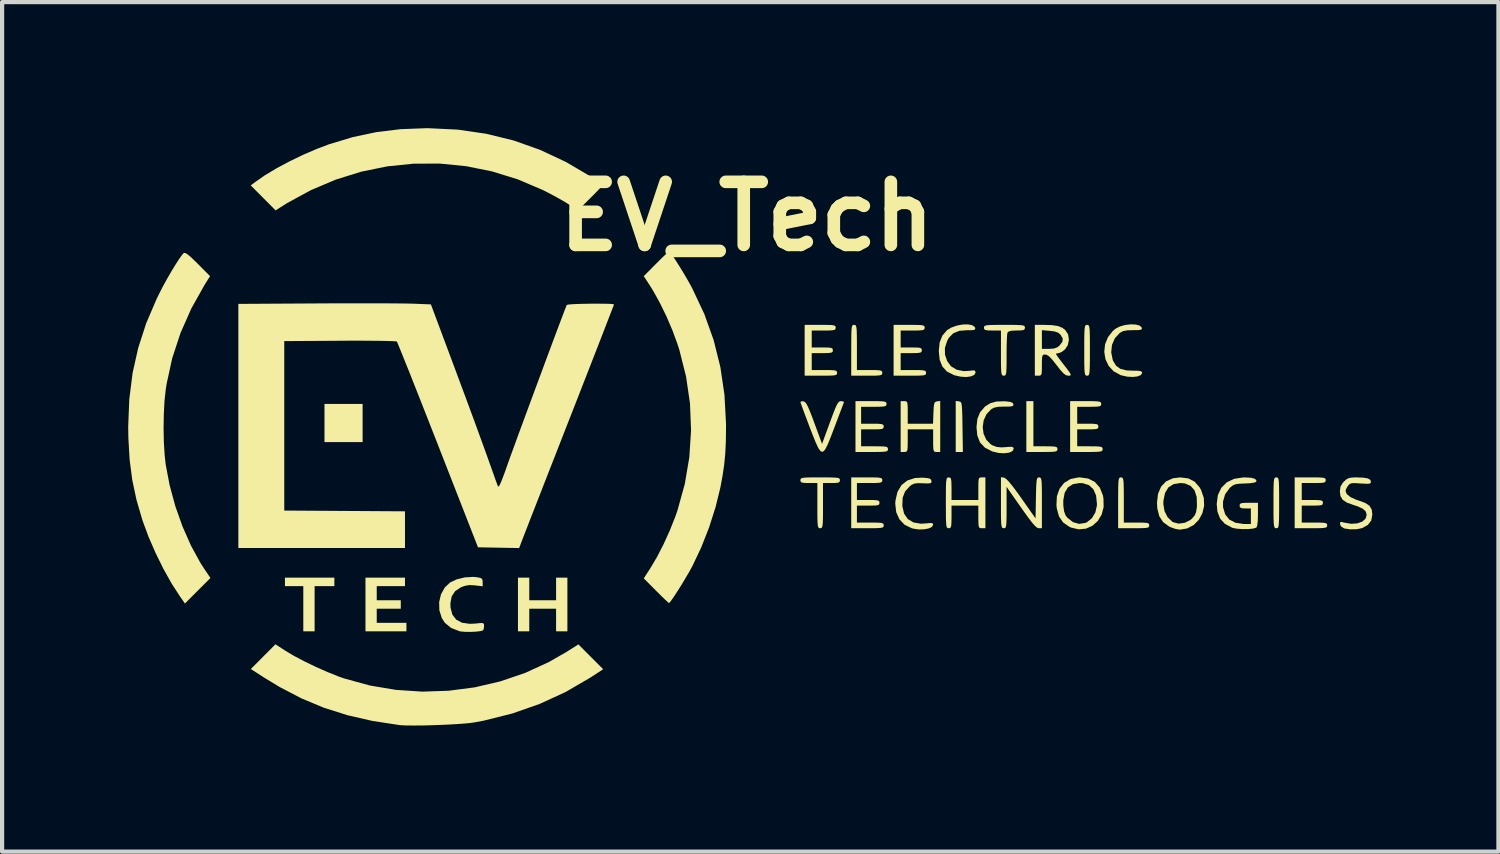
<source format=kicad_pcb>
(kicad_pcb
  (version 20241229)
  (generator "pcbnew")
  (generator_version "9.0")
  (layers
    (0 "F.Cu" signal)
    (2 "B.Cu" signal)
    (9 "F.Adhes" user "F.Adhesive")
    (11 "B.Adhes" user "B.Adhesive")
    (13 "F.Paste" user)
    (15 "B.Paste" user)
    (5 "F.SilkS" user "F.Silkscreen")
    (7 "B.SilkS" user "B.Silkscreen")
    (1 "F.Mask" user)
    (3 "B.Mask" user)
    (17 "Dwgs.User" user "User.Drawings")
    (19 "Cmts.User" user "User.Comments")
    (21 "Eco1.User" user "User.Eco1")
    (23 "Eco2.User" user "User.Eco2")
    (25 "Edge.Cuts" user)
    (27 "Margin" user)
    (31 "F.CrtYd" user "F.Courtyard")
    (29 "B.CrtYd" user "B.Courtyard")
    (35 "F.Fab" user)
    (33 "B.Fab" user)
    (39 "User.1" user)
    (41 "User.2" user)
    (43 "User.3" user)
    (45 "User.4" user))
  (footprint "EV_Tech"
    (layer "F.Cu")
    (at 14.716 7.098)
    (property "Reference" "EV_Tech" (at 0 -5 0) (layer "F.SilkS") (effects (font (size 1.5 1.5) (thickness 0.3))))
    (attr board_only exclude_from_pos_files exclude_from_bom)
    (fp_poly (pts (xy -9.139 -0.084) (xy -9.139 0.37) (xy -9.592 0.37) (xy -10.046 0.37) (xy -10.046 -0.084) (xy -10.046 -0.538) (xy -9.592 -0.538) (xy -9.139 -0.538)) (stroke (width 0) (type solid)) (fill yes) (layer "F.SilkS"))
    (fp_poly (pts (xy 5.048 -0.599) (xy 5.075 -0.593) (xy 5.095 -0.578) (xy 5.109 -0.545) (xy 5.118 -0.485) (xy 5.124 -0.387) (xy 5.129 -0.243) (xy 5.132 -0.043) (xy 5.133 0.008) (xy 5.142 0.605) (xy 5.057 0.605) (xy 4.972 0.605) (xy 4.972 -0.002) (xy 4.972 -0.609)) (stroke (width 0) (type solid)) (fill yes) (layer "F.SilkS"))
    (fp_poly (pts (xy -9.811 3.696) (xy -9.811 3.797) (xy -10.046 3.797) (xy -10.281 3.797) (xy -10.281 4.334) (xy -10.281 4.872) (xy -10.415 4.872) (xy -10.55 4.872) (xy -10.55 4.334) (xy -10.55 3.797) (xy -10.768 3.797) (xy -10.987 3.797) (xy -10.987 3.696) (xy -10.987 3.595) (xy -10.399 3.595) (xy -9.811 3.595)) (stroke (width 0) (type solid)) (fill yes) (layer "F.SilkS"))
    (fp_poly (pts (xy 6.82 -0.067) (xy 6.82 0.47) (xy 7.106 0.47) (xy 7.245 0.472) (xy 7.33 0.477) (xy 7.374 0.491) (xy 7.39 0.515) (xy 7.392 0.538) (xy 7.387 0.567) (xy 7.367 0.586) (xy 7.318 0.598) (xy 7.231 0.603) (xy 7.092 0.605) (xy 7.022 0.605) (xy 6.652 0.605) (xy 6.652 0) (xy 6.652 -0.605) (xy 6.736 -0.605) (xy 6.82 -0.605)) (stroke (width 0) (type solid)) (fill yes) (layer "F.SilkS"))
    (fp_poly (pts (xy -8.131 3.696) (xy -8.131 3.797) (xy -8.467 3.797) (xy -8.803 3.797) (xy -8.803 3.965) (xy -8.803 4.133) (xy -8.517 4.133) (xy -8.231 4.133) (xy -8.231 4.233) (xy -8.231 4.334) (xy -8.517 4.334) (xy -8.803 4.334) (xy -8.803 4.502) (xy -8.803 4.67) (xy -8.45 4.67) (xy -8.097 4.67) (xy -8.097 4.771) (xy -8.097 4.872) (xy -8.584 4.872) (xy -9.071 4.872) (xy -9.071 4.233) (xy -9.071 3.595) (xy -8.601 3.595) (xy -8.131 3.595)) (stroke (width 0) (type solid)) (fill yes) (layer "F.SilkS"))
    (fp_poly (pts (xy -5.174 3.864) (xy -5.174 4.133) (xy -4.855 4.133) (xy -4.536 4.133) (xy -4.536 3.864) (xy -4.536 3.595) (xy -4.401 3.595) (xy -4.267 3.595) (xy -4.267 4.233) (xy -4.267 4.872) (xy -4.401 4.872) (xy -4.536 4.872) (xy -4.536 4.603) (xy -4.536 4.334) (xy -4.855 4.334) (xy -5.174 4.334) (xy -5.174 4.603) (xy -5.174 4.872) (xy -5.308 4.872) (xy -5.443 4.872) (xy -5.443 4.233) (xy -5.443 3.595) (xy -5.308 3.595) (xy -5.174 3.595)) (stroke (width 0) (type solid)) (fill yes) (layer "F.SilkS"))
    (fp_poly (pts (xy 2.579 -2.416) (xy 2.596 -2.4) (xy 2.608 -2.362) (xy 2.616 -2.291) (xy 2.619 -2.179) (xy 2.621 -2.016) (xy 2.621 -1.881) (xy 2.621 -1.344) (xy 2.923 -1.344) (xy 3.067 -1.343) (xy 3.156 -1.338) (xy 3.204 -1.325) (xy 3.222 -1.303) (xy 3.225 -1.277) (xy 3.221 -1.247) (xy 3.201 -1.228) (xy 3.152 -1.217) (xy 3.064 -1.211) (xy 2.925 -1.21) (xy 2.856 -1.21) (xy 2.486 -1.21) (xy 2.486 -1.814) (xy 2.487 -2.029) (xy 2.488 -2.186) (xy 2.492 -2.294) (xy 2.499 -2.362) (xy 2.511 -2.4) (xy 2.528 -2.416) (xy 2.552 -2.419) (xy 2.553 -2.419)) (stroke (width 0) (type solid)) (fill yes) (layer "F.SilkS"))
    (fp_poly (pts (xy 8.929 1.213) (xy 8.946 1.229) (xy 8.958 1.267) (xy 8.966 1.337) (xy 8.969 1.449) (xy 8.971 1.613) (xy 8.971 1.747) (xy 8.971 2.285) (xy 9.273 2.285) (xy 9.417 2.286) (xy 9.506 2.291) (xy 9.554 2.303) (xy 9.572 2.325) (xy 9.575 2.352) (xy 9.571 2.381) (xy 9.551 2.401) (xy 9.502 2.412) (xy 9.414 2.417) (xy 9.275 2.419) (xy 9.206 2.419) (xy 8.836 2.419) (xy 8.836 1.814) (xy 8.837 1.599) (xy 8.838 1.442) (xy 8.842 1.334) (xy 8.849 1.266) (xy 8.861 1.229) (xy 8.878 1.213) (xy 8.902 1.21) (xy 8.903 1.21)) (stroke (width 0) (type solid)) (fill yes) (layer "F.SilkS"))
    (fp_poly (pts (xy 8.121 -2.416) (xy 8.138 -2.402) (xy 8.15 -2.366) (xy 8.158 -2.3) (xy 8.162 -2.195) (xy 8.164 -2.042) (xy 8.164 -1.832) (xy 8.164 -1.814) (xy 8.164 -1.599) (xy 8.162 -1.442) (xy 8.158 -1.334) (xy 8.151 -1.266) (xy 8.139 -1.229) (xy 8.122 -1.213) (xy 8.099 -1.21) (xy 8.097 -1.21) (xy 8.073 -1.212) (xy 8.056 -1.227) (xy 8.044 -1.263) (xy 8.036 -1.328) (xy 8.032 -1.433) (xy 8.03 -1.586) (xy 8.03 -1.797) (xy 8.03 -1.814) (xy 8.03 -2.029) (xy 8.032 -2.186) (xy 8.036 -2.294) (xy 8.043 -2.362) (xy 8.055 -2.4) (xy 8.072 -2.416) (xy 8.095 -2.419) (xy 8.097 -2.419)) (stroke (width 0) (type solid)) (fill yes) (layer "F.SilkS"))
    (fp_poly (pts (xy 12.623 1.212) (xy 12.641 1.227) (xy 12.653 1.263) (xy 12.66 1.328) (xy 12.664 1.433) (xy 12.666 1.586) (xy 12.666 1.797) (xy 12.666 1.814) (xy 12.666 2.029) (xy 12.664 2.186) (xy 12.66 2.294) (xy 12.653 2.362) (xy 12.642 2.4) (xy 12.625 2.416) (xy 12.601 2.419) (xy 12.599 2.419) (xy 12.575 2.416) (xy 12.558 2.402) (xy 12.546 2.366) (xy 12.538 2.3) (xy 12.534 2.195) (xy 12.532 2.042) (xy 12.532 1.832) (xy 12.532 1.814) (xy 12.532 1.599) (xy 12.534 1.442) (xy 12.538 1.334) (xy 12.545 1.266) (xy 12.557 1.229) (xy 12.574 1.213) (xy 12.597 1.21) (xy 12.599 1.21)) (stroke (width 0) (type solid)) (fill yes) (layer "F.SilkS"))
    (fp_poly (pts (xy 4.603 -0.002) (xy 4.603 0.605) (xy 4.519 0.605) (xy 4.477 0.602) (xy 4.452 0.584) (xy 4.44 0.538) (xy 4.435 0.449) (xy 4.435 0.336) (xy 4.435 0.067) (xy 4.133 0.067) (xy 3.83 0.067) (xy 3.83 0.336) (xy 3.829 0.469) (xy 3.824 0.549) (xy 3.809 0.589) (xy 3.782 0.603) (xy 3.746 0.605) (xy 3.662 0.605) (xy 3.662 0) (xy 3.662 -0.605) (xy 3.746 -0.605) (xy 3.788 -0.602) (xy 3.813 -0.584) (xy 3.825 -0.538) (xy 3.83 -0.449) (xy 3.83 -0.336) (xy 3.83 -0.067) (xy 4.131 -0.067) (xy 4.432 -0.067) (xy 4.442 -0.328) (xy 4.448 -0.459) (xy 4.459 -0.538) (xy 4.477 -0.579) (xy 4.508 -0.595) (xy 4.527 -0.599) (xy 4.603 -0.609)) (stroke (width 0) (type solid)) (fill yes) (layer "F.SilkS"))
    (fp_poly (pts (xy 2.301 -0.595) (xy 2.313 -0.577) (xy 2.298 -0.538) (xy 2.263 -0.447) (xy 2.212 -0.313) (xy 2.15 -0.149) (xy 2.083 0.028) (xy 1.993 0.264) (xy 1.921 0.439) (xy 1.862 0.551) (xy 1.81 0.601) (xy 1.759 0.589) (xy 1.704 0.514) (xy 1.64 0.377) (xy 1.56 0.177) (xy 1.5 0.022) (xy 1.43 -0.163) (xy 1.368 -0.327) (xy 1.32 -0.459) (xy 1.288 -0.548) (xy 1.277 -0.585) (xy 1.305 -0.6) (xy 1.35 -0.599) (xy 1.381 -0.585) (xy 1.414 -0.549) (xy 1.452 -0.48) (xy 1.5 -0.37) (xy 1.562 -0.211) (xy 1.607 -0.088) (xy 1.792 0.412) (xy 1.978 -0.097) (xy 2.049 -0.288) (xy 2.102 -0.424) (xy 2.143 -0.515) (xy 2.176 -0.569) (xy 2.205 -0.596) (xy 2.236 -0.605) (xy 2.244 -0.605)) (stroke (width 0) (type solid)) (fill yes) (layer "F.SilkS"))
    (fp_poly (pts (xy 5.362 -2.412) (xy 5.425 -2.37) (xy 5.436 -2.344) (xy 5.433 -2.312) (xy 5.397 -2.296) (xy 5.316 -2.291) (xy 5.252 -2.292) (xy 5.06 -2.278) (xy 4.916 -2.22) (xy 4.812 -2.116) (xy 4.769 -2.039) (xy 4.714 -1.869) (xy 4.717 -1.711) (xy 4.768 -1.558) (xy 4.86 -1.433) (xy 4.995 -1.352) (xy 5.164 -1.318) (xy 5.29 -1.325) (xy 5.384 -1.336) (xy 5.429 -1.329) (xy 5.442 -1.298) (xy 5.443 -1.283) (xy 5.413 -1.228) (xy 5.333 -1.193) (xy 5.218 -1.178) (xy 5.084 -1.187) (xy 4.944 -1.219) (xy 4.928 -1.225) (xy 4.765 -1.308) (xy 4.654 -1.428) (xy 4.59 -1.589) (xy 4.569 -1.797) (xy 4.59 -2.003) (xy 4.655 -2.165) (xy 4.765 -2.292) (xy 4.869 -2.356) (xy 4.997 -2.401) (xy 5.132 -2.427) (xy 5.259 -2.431)) (stroke (width 0) (type solid)) (fill yes) (layer "F.SilkS"))
    (fp_poly (pts (xy 1.933 1.21) (xy 2.062 1.213) (xy 2.145 1.218) (xy 2.192 1.229) (xy 2.212 1.247) (xy 2.217 1.272) (xy 2.217 1.277) (xy 2.21 1.314) (xy 2.178 1.335) (xy 2.105 1.343) (xy 2.016 1.344) (xy 1.814 1.344) (xy 1.814 1.881) (xy 1.814 2.082) (xy 1.812 2.226) (xy 1.807 2.322) (xy 1.798 2.379) (xy 1.784 2.408) (xy 1.764 2.418) (xy 1.747 2.419) (xy 1.722 2.416) (xy 1.704 2.4) (xy 1.692 2.362) (xy 1.685 2.291) (xy 1.681 2.179) (xy 1.68 2.016) (xy 1.68 1.881) (xy 1.68 1.344) (xy 1.478 1.344) (xy 1.366 1.341) (xy 1.305 1.331) (xy 1.28 1.306) (xy 1.277 1.277) (xy 1.28 1.25) (xy 1.298 1.232) (xy 1.339 1.22) (xy 1.415 1.213) (xy 1.536 1.21) (xy 1.712 1.21) (xy 1.747 1.21)) (stroke (width 0) (type solid)) (fill yes) (layer "F.SilkS"))
    (fp_poly (pts (xy 4.291 1.225) (xy 4.357 1.24) (xy 4.387 1.267) (xy 4.394 1.294) (xy 4.394 1.33) (xy 4.37 1.348) (xy 4.309 1.354) (xy 4.196 1.35) (xy 4.19 1.35) (xy 4.066 1.347) (xy 3.985 1.358) (xy 3.921 1.388) (xy 3.874 1.425) (xy 3.766 1.546) (xy 3.71 1.692) (xy 3.701 1.875) (xy 3.703 1.899) (xy 3.744 2.073) (xy 3.833 2.202) (xy 3.967 2.282) (xy 4.143 2.312) (xy 4.271 2.304) (xy 4.37 2.294) (xy 4.42 2.302) (xy 4.435 2.33) (xy 4.435 2.335) (xy 4.405 2.388) (xy 4.324 2.426) (xy 4.21 2.446) (xy 4.078 2.447) (xy 3.944 2.425) (xy 3.924 2.419) (xy 3.756 2.337) (xy 3.632 2.207) (xy 3.556 2.038) (xy 3.533 1.835) (xy 3.538 1.763) (xy 3.586 1.555) (xy 3.681 1.394) (xy 3.82 1.284) (xy 4.001 1.225) (xy 4.174 1.216)) (stroke (width 0) (type solid)) (fill yes) (layer "F.SilkS"))
    (fp_poly (pts (xy 6.165 -0.599) (xy 6.273 -0.585) (xy 6.329 -0.56) (xy 6.344 -0.53) (xy 6.341 -0.5) (xy 6.31 -0.482) (xy 6.236 -0.475) (xy 6.129 -0.475) (xy 5.984 -0.47) (xy 5.885 -0.449) (xy 5.816 -0.412) (xy 5.704 -0.294) (xy 5.637 -0.147) (xy 5.614 0.014) (xy 5.635 0.172) (xy 5.699 0.314) (xy 5.806 0.423) (xy 5.846 0.447) (xy 5.946 0.485) (xy 6.06 0.496) (xy 6.157 0.49) (xy 6.266 0.482) (xy 6.324 0.486) (xy 6.347 0.507) (xy 6.35 0.534) (xy 6.32 0.587) (xy 6.24 0.621) (xy 6.126 0.636) (xy 5.992 0.628) (xy 5.854 0.596) (xy 5.835 0.59) (xy 5.666 0.502) (xy 5.55 0.378) (xy 5.485 0.212) (xy 5.466 0.015) (xy 5.487 -0.181) (xy 5.549 -0.336) (xy 5.66 -0.466) (xy 5.678 -0.482) (xy 5.796 -0.556) (xy 5.939 -0.595) (xy 6.123 -0.601)) (stroke (width 0) (type solid)) (fill yes) (layer "F.SilkS"))
    (fp_poly (pts (xy 9.255 -2.427) (xy 9.349 -2.401) (xy 9.398 -2.354) (xy 9.401 -2.345) (xy 9.397 -2.315) (xy 9.362 -2.299) (xy 9.284 -2.293) (xy 9.19 -2.293) (xy 9.05 -2.289) (xy 8.954 -2.27) (xy 8.88 -2.231) (xy 8.877 -2.229) (xy 8.76 -2.104) (xy 8.69 -1.944) (xy 8.671 -1.766) (xy 8.707 -1.586) (xy 8.716 -1.564) (xy 8.786 -1.447) (xy 8.888 -1.373) (xy 9.032 -1.336) (xy 9.179 -1.329) (xy 9.302 -1.328) (xy 9.372 -1.318) (xy 9.402 -1.298) (xy 9.407 -1.274) (xy 9.377 -1.225) (xy 9.298 -1.193) (xy 9.184 -1.18) (xy 9.052 -1.187) (xy 8.917 -1.217) (xy 8.891 -1.225) (xy 8.728 -1.315) (xy 8.609 -1.445) (xy 8.534 -1.603) (xy 8.506 -1.777) (xy 8.525 -1.955) (xy 8.593 -2.125) (xy 8.711 -2.275) (xy 8.773 -2.327) (xy 8.876 -2.381) (xy 9.002 -2.416) (xy 9.134 -2.431)) (stroke (width 0) (type solid)) (fill yes) (layer "F.SilkS"))
    (fp_poly (pts (xy -6.433 3.583) (xy -6.34 3.6) (xy -6.296 3.626) (xy -6.283 3.674) (xy -6.283 3.703) (xy -6.283 3.801) (xy -6.464 3.779) (xy -6.6 3.771) (xy -6.714 3.792) (xy -6.801 3.825) (xy -6.937 3.915) (xy -7.02 4.041) (xy -7.051 4.207) (xy -7.047 4.309) (xy -7.004 4.474) (xy -6.912 4.594) (xy -6.773 4.668) (xy -6.587 4.694) (xy -6.449 4.687) (xy -6.338 4.675) (xy -6.279 4.676) (xy -6.254 4.696) (xy -6.249 4.738) (xy -6.249 4.749) (xy -6.258 4.819) (xy -6.276 4.85) (xy -6.339 4.868) (xy -6.446 4.88) (xy -6.575 4.886) (xy -6.703 4.884) (xy -6.808 4.875) (xy -6.834 4.869) (xy -7.033 4.792) (xy -7.18 4.672) (xy -7.255 4.557) (xy -7.313 4.371) (xy -7.318 4.177) (xy -7.274 3.991) (xy -7.184 3.829) (xy -7.059 3.711) (xy -6.901 3.636) (xy -6.708 3.589) (xy -6.511 3.577)) (stroke (width 0) (type solid)) (fill yes) (layer "F.SilkS"))
    (fp_poly (pts (xy -10.981 5.331) (xy -10.774 5.455) (xy -10.523 5.587) (xy -10.248 5.72) (xy -9.969 5.843) (xy -9.707 5.948) (xy -9.575 5.994) (xy -8.967 6.161) (xy -8.347 6.265) (xy -7.72 6.307) (xy -7.093 6.286) (xy -6.473 6.205) (xy -5.864 6.063) (xy -5.273 5.862) (xy -4.706 5.602) (xy -4.295 5.366) (xy -4.005 5.183) (xy -3.71 5.479) (xy -3.416 5.774) (xy -3.732 5.98) (xy -4.312 6.317) (xy -4.929 6.6) (xy -5.577 6.827) (xy -6.251 6.996) (xy -6.485 7.04) (xy -6.615 7.057) (xy -6.795 7.072) (xy -7.01 7.086) (xy -7.247 7.097) (xy -7.491 7.106) (xy -7.727 7.112) (xy -7.942 7.113) (xy -8.121 7.111) (xy -8.25 7.104) (xy -8.265 7.102) (xy -8.905 7.004) (xy -9.499 6.868) (xy -10.058 6.691) (xy -10.593 6.468) (xy -11.116 6.195) (xy -11.485 5.971) (xy -11.798 5.769) (xy -11.506 5.475) (xy -11.213 5.181)) (stroke (width 0) (type solid)) (fill yes) (layer "F.SilkS"))
    (fp_poly (pts (xy 1.909 -2.418) (xy 2.015 -2.415) (xy 2.077 -2.406) (xy 2.107 -2.39) (xy 2.116 -2.365) (xy 2.117 -2.352) (xy 2.111 -2.319) (xy 2.087 -2.299) (xy 2.029 -2.289) (xy 1.927 -2.285) (xy 1.831 -2.285) (xy 1.546 -2.285) (xy 1.546 -2.083) (xy 1.546 -1.881) (xy 1.797 -1.881) (xy 1.926 -1.88) (xy 2.002 -1.873) (xy 2.038 -1.856) (xy 2.049 -1.826) (xy 2.049 -1.814) (xy 2.044 -1.78) (xy 2.016 -1.76) (xy 1.954 -1.75) (xy 1.843 -1.747) (xy 1.797 -1.747) (xy 1.546 -1.747) (xy 1.546 -1.546) (xy 1.546 -1.344) (xy 1.848 -1.344) (xy 1.992 -1.343) (xy 2.081 -1.338) (xy 2.128 -1.325) (xy 2.147 -1.303) (xy 2.15 -1.277) (xy 2.146 -1.248) (xy 2.126 -1.229) (xy 2.079 -1.217) (xy 1.994 -1.212) (xy 1.858 -1.21) (xy 1.764 -1.21) (xy 1.378 -1.21) (xy 1.378 -1.814) (xy 1.378 -2.419) (xy 1.747 -2.419)) (stroke (width 0) (type solid)) (fill yes) (layer "F.SilkS"))
    (fp_poly (pts (xy 3.018 1.21) (xy 3.124 1.214) (xy 3.186 1.223) (xy 3.216 1.239) (xy 3.225 1.264) (xy 3.225 1.277) (xy 3.22 1.309) (xy 3.197 1.328) (xy 3.142 1.339) (xy 3.042 1.343) (xy 2.923 1.344) (xy 2.621 1.344) (xy 2.621 1.546) (xy 2.621 1.747) (xy 2.889 1.747) (xy 3.023 1.748) (xy 3.104 1.755) (xy 3.144 1.77) (xy 3.157 1.797) (xy 3.158 1.814) (xy 3.153 1.848) (xy 3.127 1.868) (xy 3.067 1.878) (xy 2.96 1.881) (xy 2.889 1.881) (xy 2.621 1.881) (xy 2.621 2.083) (xy 2.621 2.285) (xy 2.94 2.285) (xy 3.088 2.286) (xy 3.182 2.29) (xy 3.233 2.302) (xy 3.255 2.322) (xy 3.259 2.352) (xy 3.255 2.381) (xy 3.235 2.4) (xy 3.188 2.411) (xy 3.102 2.417) (xy 2.967 2.419) (xy 2.873 2.419) (xy 2.486 2.419) (xy 2.486 1.814) (xy 2.486 1.21) (xy 2.856 1.21)) (stroke (width 0) (type solid)) (fill yes) (layer "F.SilkS"))
    (fp_poly (pts (xy 3.118 -0.604) (xy 3.225 -0.6) (xy 3.287 -0.591) (xy 3.317 -0.575) (xy 3.326 -0.55) (xy 3.326 -0.538) (xy 3.321 -0.506) (xy 3.297 -0.486) (xy 3.242 -0.475) (xy 3.143 -0.471) (xy 3.024 -0.47) (xy 2.721 -0.47) (xy 2.721 -0.269) (xy 2.721 -0.067) (xy 2.99 -0.067) (xy 3.124 -0.066) (xy 3.204 -0.059) (xy 3.245 -0.044) (xy 3.258 -0.018) (xy 3.259 0) (xy 3.253 0.033) (xy 3.228 0.054) (xy 3.168 0.064) (xy 3.061 0.067) (xy 2.99 0.067) (xy 2.721 0.067) (xy 2.721 0.269) (xy 2.721 0.47) (xy 3.041 0.47) (xy 3.189 0.471) (xy 3.283 0.476) (xy 3.334 0.487) (xy 3.356 0.508) (xy 3.36 0.538) (xy 3.356 0.566) (xy 3.336 0.586) (xy 3.289 0.597) (xy 3.203 0.603) (xy 3.068 0.605) (xy 2.973 0.605) (xy 2.587 0.605) (xy 2.587 0) (xy 2.587 -0.605) (xy 2.957 -0.605)) (stroke (width 0) (type solid)) (fill yes) (layer "F.SilkS"))
    (fp_poly (pts (xy 4.025 -2.418) (xy 4.132 -2.415) (xy 4.194 -2.406) (xy 4.224 -2.39) (xy 4.233 -2.365) (xy 4.233 -2.352) (xy 4.228 -2.319) (xy 4.203 -2.299) (xy 4.146 -2.289) (xy 4.043 -2.285) (xy 3.948 -2.285) (xy 3.662 -2.285) (xy 3.662 -2.083) (xy 3.662 -1.881) (xy 3.914 -1.881) (xy 4.043 -1.88) (xy 4.119 -1.873) (xy 4.155 -1.856) (xy 4.166 -1.826) (xy 4.166 -1.814) (xy 4.16 -1.78) (xy 4.133 -1.76) (xy 4.071 -1.75) (xy 3.96 -1.747) (xy 3.914 -1.747) (xy 3.662 -1.747) (xy 3.662 -1.546) (xy 3.662 -1.344) (xy 3.965 -1.344) (xy 4.108 -1.343) (xy 4.197 -1.338) (xy 4.245 -1.325) (xy 4.264 -1.303) (xy 4.267 -1.277) (xy 4.263 -1.248) (xy 4.243 -1.229) (xy 4.196 -1.217) (xy 4.11 -1.212) (xy 3.975 -1.21) (xy 3.881 -1.21) (xy 3.494 -1.21) (xy 3.494 -1.814) (xy 3.494 -2.419) (xy 3.864 -2.419)) (stroke (width 0) (type solid)) (fill yes) (layer "F.SilkS"))
    (fp_poly (pts (xy 8.225 -0.604) (xy 8.331 -0.6) (xy 8.394 -0.591) (xy 8.423 -0.575) (xy 8.433 -0.55) (xy 8.433 -0.538) (xy 8.428 -0.505) (xy 8.403 -0.485) (xy 8.346 -0.475) (xy 8.243 -0.471) (xy 8.147 -0.47) (xy 7.862 -0.47) (xy 7.862 -0.269) (xy 7.862 -0.067) (xy 8.114 -0.067) (xy 8.243 -0.066) (xy 8.318 -0.058) (xy 8.355 -0.042) (xy 8.365 -0.012) (xy 8.366 0) (xy 8.36 0.034) (xy 8.333 0.055) (xy 8.271 0.064) (xy 8.159 0.067) (xy 8.114 0.067) (xy 7.862 0.067) (xy 7.862 0.269) (xy 7.862 0.47) (xy 8.164 0.47) (xy 8.308 0.471) (xy 8.397 0.477) (xy 8.445 0.489) (xy 8.464 0.511) (xy 8.467 0.538) (xy 8.463 0.566) (xy 8.443 0.586) (xy 8.396 0.597) (xy 8.31 0.603) (xy 8.175 0.605) (xy 8.08 0.605) (xy 7.694 0.605) (xy 7.694 0) (xy 7.694 -0.605) (xy 8.063 -0.605)) (stroke (width 0) (type solid)) (fill yes) (layer "F.SilkS"))
    (fp_poly (pts (xy 13.567 1.21) (xy 13.673 1.214) (xy 13.736 1.223) (xy 13.766 1.239) (xy 13.775 1.264) (xy 13.775 1.277) (xy 13.77 1.309) (xy 13.745 1.329) (xy 13.688 1.34) (xy 13.585 1.343) (xy 13.49 1.344) (xy 13.204 1.344) (xy 13.204 1.546) (xy 13.204 1.747) (xy 13.456 1.747) (xy 13.585 1.749) (xy 13.66 1.756) (xy 13.697 1.773) (xy 13.708 1.802) (xy 13.708 1.814) (xy 13.702 1.849) (xy 13.675 1.869) (xy 13.613 1.878) (xy 13.501 1.881) (xy 13.456 1.881) (xy 13.204 1.881) (xy 13.204 2.083) (xy 13.204 2.285) (xy 13.506 2.285) (xy 13.65 2.286) (xy 13.739 2.291) (xy 13.787 2.303) (xy 13.806 2.325) (xy 13.809 2.352) (xy 13.805 2.381) (xy 13.785 2.4) (xy 13.738 2.411) (xy 13.652 2.417) (xy 13.517 2.419) (xy 13.422 2.419) (xy 13.036 2.419) (xy 13.036 1.814) (xy 13.036 1.21) (xy 13.406 1.21)) (stroke (width 0) (type solid)) (fill yes) (layer "F.SilkS"))
    (fp_poly (pts (xy 6.322 -2.419) (xy 6.454 -2.416) (xy 6.54 -2.411) (xy 6.59 -2.4) (xy 6.612 -2.384) (xy 6.619 -2.36) (xy 6.619 -2.352) (xy 6.611 -2.314) (xy 6.579 -2.294) (xy 6.505 -2.286) (xy 6.421 -2.285) (xy 6.299 -2.28) (xy 6.231 -2.262) (xy 6.202 -2.232) (xy 6.195 -2.18) (xy 6.189 -2.075) (xy 6.184 -1.93) (xy 6.182 -1.759) (xy 6.182 -1.694) (xy 6.182 -1.505) (xy 6.179 -1.372) (xy 6.174 -1.287) (xy 6.163 -1.238) (xy 6.147 -1.216) (xy 6.123 -1.21) (xy 6.115 -1.21) (xy 6.09 -1.213) (xy 6.072 -1.229) (xy 6.06 -1.267) (xy 6.053 -1.337) (xy 6.049 -1.449) (xy 6.048 -1.613) (xy 6.048 -1.747) (xy 6.048 -2.285) (xy 5.846 -2.285) (xy 5.733 -2.287) (xy 5.673 -2.298) (xy 5.648 -2.322) (xy 5.644 -2.352) (xy 5.648 -2.378) (xy 5.665 -2.396) (xy 5.705 -2.408) (xy 5.78 -2.415) (xy 5.898 -2.418) (xy 6.071 -2.419) (xy 6.132 -2.419)) (stroke (width 0) (type solid)) (fill yes) (layer "F.SilkS"))
    (fp_poly (pts (xy -7.576 -7.098) (xy -6.877 -7.064) (xy -6.201 -6.966) (xy -5.546 -6.806) (xy -4.912 -6.581) (xy -4.297 -6.292) (xy -3.721 -5.953) (xy -3.6 -5.873) (xy -3.503 -5.805) (xy -3.442 -5.76) (xy -3.428 -5.745) (xy -3.45 -5.716) (xy -3.511 -5.649) (xy -3.602 -5.555) (xy -3.713 -5.443) (xy -3.721 -5.435) (xy -4.015 -5.143) (xy -4.25 -5.296) (xy -4.38 -5.375) (xy -4.547 -5.469) (xy -4.727 -5.564) (xy -4.855 -5.629) (xy -5.447 -5.881) (xy -6.055 -6.069) (xy -6.674 -6.194) (xy -7.299 -6.256) (xy -7.927 -6.254) (xy -8.552 -6.19) (xy -9.17 -6.064) (xy -9.777 -5.875) (xy -10.368 -5.625) (xy -10.939 -5.314) (xy -11.122 -5.198) (xy -11.208 -5.142) (xy -11.504 -5.439) (xy -11.8 -5.737) (xy -11.683 -5.825) (xy -11.459 -5.981) (xy -11.185 -6.145) (xy -10.877 -6.309) (xy -10.553 -6.466) (xy -10.227 -6.606) (xy -9.936 -6.716) (xy -9.37 -6.887) (xy -8.809 -7.005) (xy -8.235 -7.075) (xy -7.63 -7.098)) (stroke (width 0) (type solid)) (fill yes) (layer "F.SilkS"))
    (fp_poly (pts (xy 8.124 1.237) (xy 8.283 1.319) (xy 8.4 1.453) (xy 8.473 1.636) (xy 8.487 1.712) (xy 8.491 1.916) (xy 8.442 2.098) (xy 8.35 2.248) (xy 8.224 2.361) (xy 8.07 2.429) (xy 7.899 2.446) (xy 7.717 2.404) (xy 7.67 2.382) (xy 7.526 2.281) (xy 7.429 2.139) (xy 7.377 1.952) (xy 7.368 1.871) (xy 7.374 1.752) (xy 7.531 1.752) (xy 7.532 1.881) (xy 7.55 2.018) (xy 7.585 2.112) (xy 7.629 2.17) (xy 7.763 2.275) (xy 7.908 2.316) (xy 8.057 2.293) (xy 8.096 2.275) (xy 8.212 2.181) (xy 8.294 2.043) (xy 8.331 1.879) (xy 8.332 1.842) (xy 8.311 1.641) (xy 8.246 1.491) (xy 8.14 1.393) (xy 7.991 1.347) (xy 7.926 1.344) (xy 7.762 1.37) (xy 7.641 1.448) (xy 7.564 1.575) (xy 7.531 1.752) (xy 7.374 1.752) (xy 7.379 1.658) (xy 7.442 1.479) (xy 7.551 1.341) (xy 7.702 1.249) (xy 7.889 1.211) (xy 7.926 1.21)) (stroke (width 0) (type solid)) (fill yes) (layer "F.SilkS"))
    (fp_poly (pts (xy 5.678 1.814) (xy 5.678 2.419) (xy 5.594 2.419) (xy 5.552 2.416) (xy 5.527 2.398) (xy 5.515 2.352) (xy 5.511 2.264) (xy 5.51 2.15) (xy 5.51 1.881) (xy 5.191 1.881) (xy 4.872 1.881) (xy 4.872 2.15) (xy 4.87 2.284) (xy 4.864 2.364) (xy 4.849 2.405) (xy 4.822 2.418) (xy 4.804 2.419) (xy 4.781 2.416) (xy 4.763 2.402) (xy 4.751 2.366) (xy 4.744 2.3) (xy 4.739 2.195) (xy 4.738 2.042) (xy 4.737 1.832) (xy 4.737 1.814) (xy 4.738 1.599) (xy 4.739 1.442) (xy 4.743 1.334) (xy 4.751 1.266) (xy 4.762 1.229) (xy 4.779 1.213) (xy 4.803 1.21) (xy 4.804 1.21) (xy 4.838 1.215) (xy 4.858 1.241) (xy 4.868 1.301) (xy 4.871 1.407) (xy 4.872 1.478) (xy 4.872 1.747) (xy 5.191 1.747) (xy 5.51 1.747) (xy 5.51 1.478) (xy 5.511 1.345) (xy 5.516 1.265) (xy 5.531 1.225) (xy 5.559 1.211) (xy 5.594 1.21) (xy 5.678 1.21)) (stroke (width 0) (type solid)) (fill yes) (layer "F.SilkS"))
    (fp_poly (pts (xy 10.505 1.234) (xy 10.655 1.311) (xy 10.772 1.444) (xy 10.81 1.511) (xy 10.874 1.699) (xy 10.882 1.886) (xy 10.84 2.064) (xy 10.755 2.22) (xy 10.632 2.344) (xy 10.477 2.425) (xy 10.304 2.453) (xy 10.204 2.437) (xy 10.087 2.396) (xy 10.045 2.376) (xy 9.905 2.272) (xy 9.814 2.132) (xy 9.768 1.948) (xy 9.762 1.842) (xy 9.911 1.842) (xy 9.939 2.011) (xy 10.013 2.158) (xy 10.126 2.265) (xy 10.148 2.277) (xy 10.277 2.31) (xy 10.419 2.291) (xy 10.551 2.226) (xy 10.595 2.188) (xy 10.656 2.116) (xy 10.69 2.038) (xy 10.707 1.928) (xy 10.711 1.883) (xy 10.705 1.677) (xy 10.654 1.519) (xy 10.56 1.411) (xy 10.422 1.353) (xy 10.317 1.344) (xy 10.154 1.37) (xy 10.031 1.449) (xy 9.952 1.58) (xy 9.914 1.762) (xy 9.911 1.842) (xy 9.762 1.842) (xy 9.76 1.814) (xy 9.785 1.599) (xy 9.859 1.428) (xy 9.977 1.304) (xy 10.139 1.231) (xy 10.315 1.21)) (stroke (width 0) (type solid)) (fill yes) (layer "F.SilkS"))
    (fp_poly (pts (xy 6.122 1.216) (xy 6.168 1.242) (xy 6.237 1.312) (xy 6.334 1.431) (xy 6.46 1.601) (xy 6.534 1.706) (xy 6.871 2.186) (xy 6.88 1.698) (xy 6.884 1.507) (xy 6.889 1.374) (xy 6.897 1.288) (xy 6.908 1.238) (xy 6.925 1.216) (xy 6.949 1.21) (xy 6.956 1.21) (xy 6.979 1.213) (xy 6.996 1.228) (xy 7.008 1.264) (xy 7.016 1.331) (xy 7.02 1.438) (xy 7.022 1.593) (xy 7.022 1.805) (xy 7.022 1.814) (xy 7.022 2.419) (xy 6.946 2.419) (xy 6.909 2.407) (xy 6.861 2.367) (xy 6.794 2.292) (xy 6.705 2.176) (xy 6.587 2.013) (xy 6.526 1.927) (xy 6.182 1.435) (xy 6.182 1.927) (xy 6.182 2.118) (xy 6.179 2.252) (xy 6.174 2.339) (xy 6.164 2.389) (xy 6.148 2.412) (xy 6.124 2.419) (xy 6.115 2.419) (xy 6.091 2.416) (xy 6.074 2.402) (xy 6.062 2.366) (xy 6.054 2.301) (xy 6.05 2.196) (xy 6.048 2.043) (xy 6.048 1.833) (xy 6.048 1.812) (xy 6.048 1.205)) (stroke (width 0) (type solid)) (fill yes) (layer "F.SilkS"))
    (fp_poly (pts (xy -13.308 -4.1) (xy -13.224 -4.03) (xy -13.105 -3.916) (xy -13.06 -3.871) (xy -12.769 -3.578) (xy -12.895 -3.377) (xy -13.212 -2.813) (xy -13.471 -2.227) (xy -13.669 -1.625) (xy -13.802 -1.015) (xy -13.824 -0.87) (xy -13.853 -0.6) (xy -13.869 -0.288) (xy -13.874 0.042) (xy -13.868 0.37) (xy -13.849 0.673) (xy -13.824 0.903) (xy -13.73 1.397) (xy -13.595 1.894) (xy -13.424 2.377) (xy -13.223 2.832) (xy -12.998 3.244) (xy -12.896 3.401) (xy -12.759 3.603) (xy -13.063 3.907) (xy -13.366 4.21) (xy -13.478 4.051) (xy -13.678 3.743) (xy -13.877 3.388) (xy -14.065 3.007) (xy -14.234 2.618) (xy -14.372 2.244) (xy -14.379 2.223) (xy -14.519 1.743) (xy -14.619 1.272) (xy -14.682 0.788) (xy -14.712 0.272) (xy -14.716 0.006) (xy -14.69 -0.649) (xy -14.612 -1.271) (xy -14.478 -1.87) (xy -14.287 -2.459) (xy -14.035 -3.047) (xy -13.98 -3.158) (xy -13.889 -3.336) (xy -13.788 -3.52) (xy -13.684 -3.699) (xy -13.585 -3.861) (xy -13.498 -3.996) (xy -13.428 -4.091) (xy -13.394 -4.128) (xy -13.362 -4.131)) (stroke (width 0) (type solid)) (fill yes) (layer "F.SilkS"))
    (fp_poly (pts (xy 12.003 1.219) (xy 12.096 1.246) (xy 12.127 1.29) (xy 12.124 1.309) (xy 12.083 1.332) (xy 11.981 1.348) (xy 11.853 1.355) (xy 11.718 1.36) (xy 11.629 1.373) (xy 11.567 1.399) (xy 11.509 1.444) (xy 11.493 1.459) (xy 11.382 1.609) (xy 11.331 1.786) (xy 11.332 1.92) (xy 11.383 2.09) (xy 11.481 2.213) (xy 11.628 2.289) (xy 11.821 2.318) (xy 11.842 2.318) (xy 11.994 2.318) (xy 11.994 2.133) (xy 11.994 1.949) (xy 11.86 1.949) (xy 11.772 1.943) (xy 11.733 1.92) (xy 11.726 1.881) (xy 11.732 1.845) (xy 11.763 1.825) (xy 11.831 1.816) (xy 11.944 1.814) (xy 12.162 1.814) (xy 12.162 2.098) (xy 12.158 2.245) (xy 12.146 2.351) (xy 12.128 2.402) (xy 12.125 2.404) (xy 12.051 2.427) (xy 11.934 2.439) (xy 11.798 2.44) (xy 11.665 2.431) (xy 11.561 2.411) (xy 11.547 2.406) (xy 11.378 2.317) (xy 11.263 2.192) (xy 11.199 2.026) (xy 11.181 1.843) (xy 11.209 1.631) (xy 11.29 1.458) (xy 11.421 1.327) (xy 11.596 1.244) (xy 11.813 1.21) (xy 11.845 1.21)) (stroke (width 0) (type solid)) (fill yes) (layer "F.SilkS"))
    (fp_poly (pts (xy 14.67 1.216) (xy 14.778 1.235) (xy 14.835 1.268) (xy 14.85 1.312) (xy 14.844 1.342) (xy 14.815 1.359) (xy 14.751 1.362) (xy 14.636 1.356) (xy 14.603 1.354) (xy 14.475 1.346) (xy 14.396 1.348) (xy 14.348 1.364) (xy 14.314 1.397) (xy 14.301 1.414) (xy 14.26 1.486) (xy 14.246 1.536) (xy 14.277 1.609) (xy 14.366 1.68) (xy 14.502 1.742) (xy 14.563 1.762) (xy 14.719 1.819) (xy 14.818 1.887) (xy 14.869 1.976) (xy 14.884 2.094) (xy 14.858 2.234) (xy 14.779 2.339) (xy 14.641 2.416) (xy 14.638 2.417) (xy 14.506 2.444) (xy 14.348 2.445) (xy 14.212 2.423) (xy 14.139 2.376) (xy 14.117 2.327) (xy 14.116 2.28) (xy 14.144 2.269) (xy 14.218 2.286) (xy 14.379 2.314) (xy 14.526 2.304) (xy 14.644 2.262) (xy 14.723 2.191) (xy 14.749 2.103) (xy 14.728 2.022) (xy 14.658 1.956) (xy 14.533 1.898) (xy 14.437 1.867) (xy 14.279 1.81) (xy 14.178 1.742) (xy 14.125 1.654) (xy 14.111 1.543) (xy 14.126 1.429) (xy 14.181 1.337) (xy 14.209 1.308) (xy 14.275 1.25) (xy 14.343 1.221) (xy 14.438 1.211) (xy 14.503 1.21)) (stroke (width 0) (type solid)) (fill yes) (layer "F.SilkS"))
    (fp_poly (pts (xy 7.258 -2.413) (xy 7.396 -2.393) (xy 7.498 -2.355) (xy 7.576 -2.299) (xy 7.645 -2.193) (xy 7.665 -2.063) (xy 7.637 -1.933) (xy 7.572 -1.836) (xy 7.497 -1.777) (xy 7.429 -1.748) (xy 7.421 -1.747) (xy 7.368 -1.738) (xy 7.358 -1.727) (xy 7.377 -1.692) (xy 7.429 -1.62) (xy 7.502 -1.524) (xy 7.52 -1.5) (xy 7.619 -1.373) (xy 7.68 -1.29) (xy 7.707 -1.241) (xy 7.705 -1.218) (xy 7.676 -1.21) (xy 7.646 -1.21) (xy 7.594 -1.222) (xy 7.536 -1.265) (xy 7.46 -1.348) (xy 7.371 -1.462) (xy 7.27 -1.59) (xy 7.194 -1.67) (xy 7.135 -1.707) (xy 7.102 -1.713) (xy 7.061 -1.71) (xy 7.037 -1.689) (xy 7.026 -1.638) (xy 7.022 -1.542) (xy 7.022 -1.462) (xy 7.021 -1.333) (xy 7.015 -1.258) (xy 6.998 -1.222) (xy 6.967 -1.21) (xy 6.938 -1.21) (xy 6.854 -1.21) (xy 6.854 -1.814) (xy 6.854 -2.07) (xy 7.022 -2.07) (xy 7.022 -1.848) (xy 7.191 -1.848) (xy 7.31 -1.856) (xy 7.39 -1.886) (xy 7.443 -1.93) (xy 7.51 -2.017) (xy 7.518 -2.094) (xy 7.468 -2.181) (xy 7.464 -2.185) (xy 7.405 -2.235) (xy 7.316 -2.264) (xy 7.212 -2.277) (xy 7.022 -2.293) (xy 7.022 -2.07) (xy 6.854 -2.07) (xy 6.854 -2.419) (xy 7.068 -2.419)) (stroke (width 0) (type solid)) (fill yes) (layer "F.SilkS"))
    (fp_poly (pts (xy -1.819 -4.138) (xy -1.764 -4.063) (xy -1.689 -3.951) (xy -1.601 -3.812) (xy -1.507 -3.659) (xy -1.414 -3.5) (xy -1.329 -3.349) (xy -1.295 -3.284) (xy -1.009 -2.677) (xy -0.787 -2.056) (xy -0.628 -1.416) (xy -0.53 -0.755) (xy -0.493 -0.067) (xy -0.493 0.017) (xy -0.497 0.351) (xy -0.511 0.642) (xy -0.537 0.912) (xy -0.578 1.185) (xy -0.626 1.445) (xy -0.741 1.914) (xy -0.896 2.401) (xy -1.083 2.876) (xy -1.29 3.313) (xy -1.297 3.326) (xy -1.367 3.454) (xy -1.452 3.598) (xy -1.542 3.749) (xy -1.633 3.894) (xy -1.716 4.022) (xy -1.785 4.123) (xy -1.832 4.185) (xy -1.849 4.199) (xy -1.878 4.177) (xy -1.944 4.116) (xy -2.038 4.025) (xy -2.15 3.914) (xy -2.158 3.906) (xy -2.45 3.612) (xy -2.297 3.377) (xy -2.139 3.11) (xy -1.979 2.8) (xy -1.829 2.469) (xy -1.699 2.142) (xy -1.649 1.999) (xy -1.474 1.367) (xy -1.366 0.73) (xy -1.325 0.091) (xy -1.35 -0.548) (xy -1.443 -1.186) (xy -1.602 -1.819) (xy -1.649 -1.965) (xy -1.766 -2.284) (xy -1.908 -2.616) (xy -2.065 -2.938) (xy -2.225 -3.227) (xy -2.297 -3.343) (xy -2.45 -3.578) (xy -2.158 -3.872) (xy -2.045 -3.985) (xy -1.95 -4.077) (xy -1.881 -4.14) (xy -1.849 -4.166) (xy -1.849 -4.166)) (stroke (width 0) (type solid)) (fill yes) (layer "F.SilkS"))
    (fp_poly (pts (xy -8.845 -2.932) (xy -8.56 -2.931) (xy -8.315 -2.929) (xy -8.118 -2.927) (xy -7.976 -2.924) (xy -7.932 -2.923) (xy -7.514 -2.906) (xy -6.949 -1.394) (xy -6.827 -1.065) (xy -6.703 -0.732) (xy -6.582 -0.405) (xy -6.468 -0.096) (xy -6.365 0.187) (xy -6.275 0.434) (xy -6.202 0.635) (xy -6.165 0.739) (xy -6.095 0.935) (xy -6.032 1.112) (xy -5.98 1.259) (xy -5.941 1.366) (xy -5.92 1.421) (xy -5.92 1.423) (xy -5.903 1.428) (xy -5.874 1.384) (xy -5.832 1.288) (xy -5.773 1.134) (xy -5.714 0.969) (xy -5.672 0.849) (xy -5.612 0.682) (xy -5.536 0.475) (xy -5.449 0.235) (xy -5.351 -0.031) (xy -5.245 -0.318) (xy -5.134 -0.618) (xy -5.021 -0.924) (xy -4.907 -1.23) (xy -4.796 -1.53) (xy -4.689 -1.817) (xy -4.59 -2.083) (xy -4.5 -2.323) (xy -4.422 -2.529) (xy -4.359 -2.696) (xy -4.313 -2.816) (xy -4.286 -2.882) (xy -4.281 -2.893) (xy -4.245 -2.902) (xy -4.156 -2.91) (xy -4.027 -2.916) (xy -3.873 -2.92) (xy -3.707 -2.923) (xy -3.542 -2.923) (xy -3.391 -2.922) (xy -3.267 -2.919) (xy -3.186 -2.913) (xy -3.158 -2.906) (xy -3.17 -2.872) (xy -3.205 -2.781) (xy -3.261 -2.637) (xy -3.336 -2.443) (xy -3.428 -2.205) (xy -3.536 -1.927) (xy -3.658 -1.614) (xy -3.792 -1.27) (xy -3.937 -0.899) (xy -4.09 -0.507) (xy -4.22 -0.176) (xy -4.381 0.235) (xy -4.535 0.631) (xy -4.683 1.007) (xy -4.82 1.359) (xy -4.946 1.681) (xy -5.058 1.969) (xy -5.155 2.217) (xy -5.234 2.421) (xy -5.295 2.576) (xy -5.334 2.677) (xy -5.348 2.714) (xy -5.415 2.891) (xy -5.904 2.882) (xy -6.394 2.873) (xy -7.345 0.44) (xy -7.496 0.055) (xy -7.64 -0.312) (xy -7.776 -0.657) (xy -7.901 -0.973) (xy -8.013 -1.257) (xy -8.112 -1.503) (xy -8.194 -1.708) (xy -8.258 -1.865) (xy -8.301 -1.97) (xy -8.323 -2.019) (xy -8.325 -2.022) (xy -8.364 -2.028) (xy -8.462 -2.033) (xy -8.613 -2.037) (xy -8.81 -2.04) (xy -9.043 -2.042) (xy -9.308 -2.043) (xy -9.595 -2.042) (xy -9.678 -2.041) (xy -11.003 -2.033) (xy -11.003 -0.017) (xy -11.003 1.999) (xy -9.567 2.008) (xy -8.131 2.017) (xy -8.131 2.453) (xy -8.131 2.889) (xy -10.113 2.889) (xy -12.095 2.889) (xy -12.095 -0.014) (xy -12.095 -2.918) (xy -10.222 -2.929) (xy -9.858 -2.931) (xy -9.502 -2.932) (xy -9.162 -2.932)) (stroke (width 0) (type solid)) (fill yes) (layer "F.SilkS")))
  (gr_rect
    (start -3 -3)
    (end 32.6 17.211)
    (stroke (width 0.1) (type default))
    (fill no)
    (layer "Edge.Cuts")))
</source>
